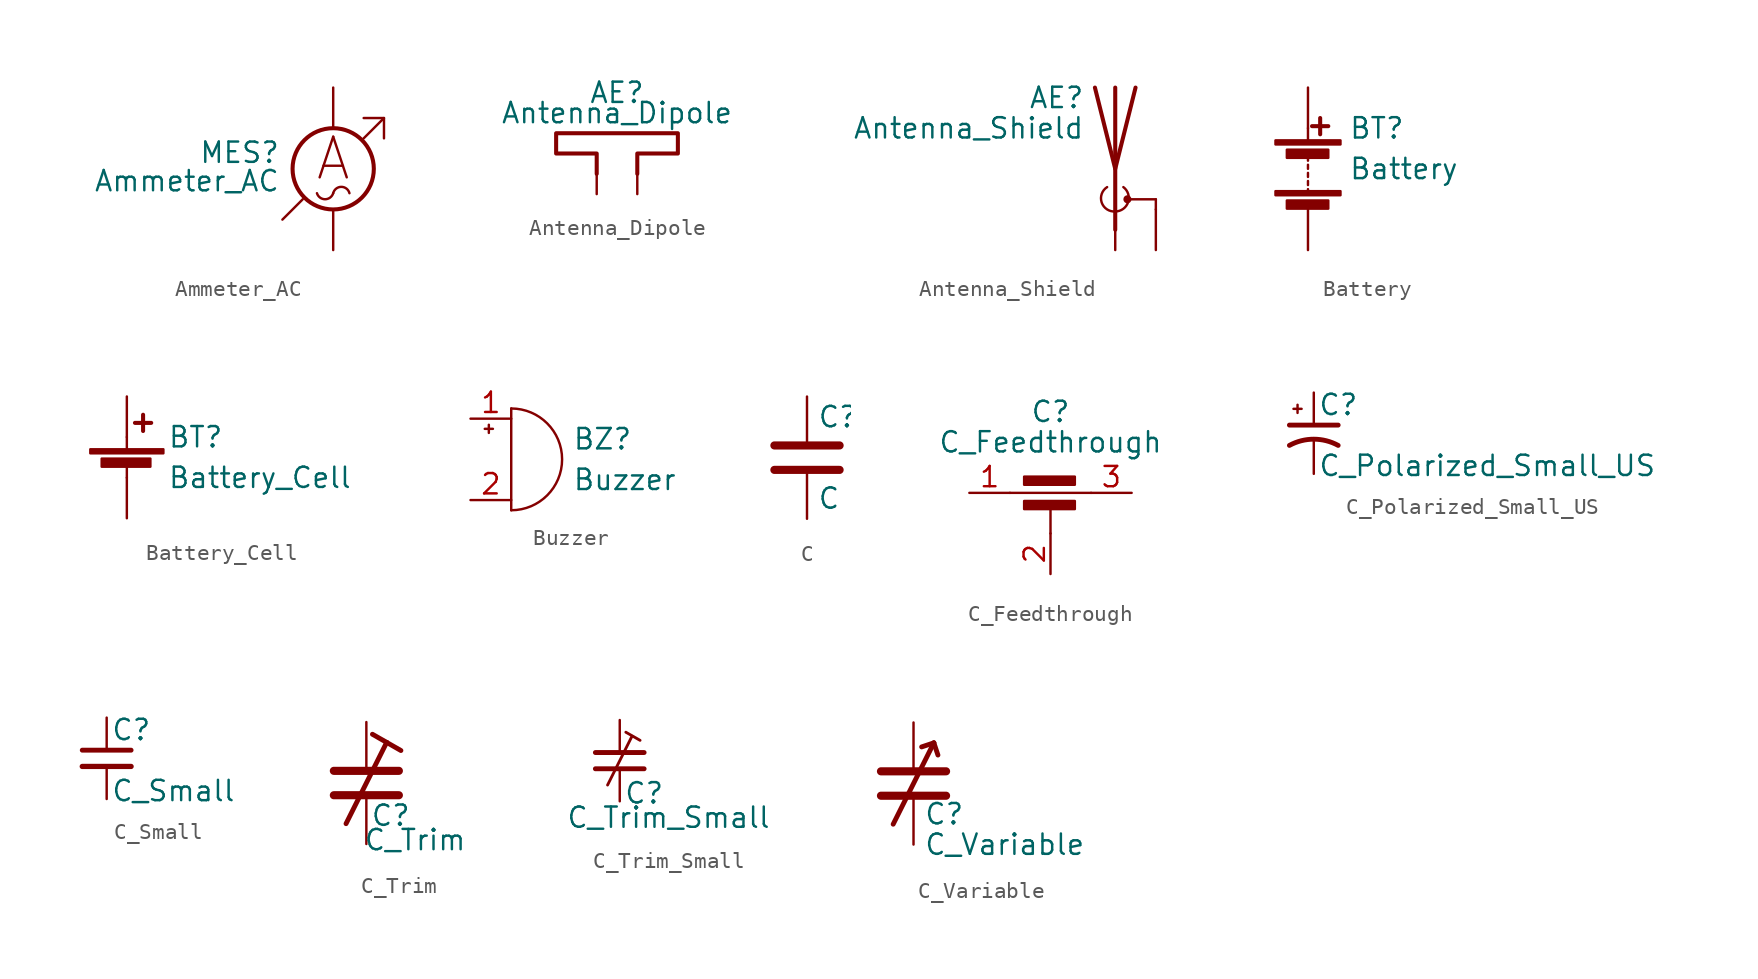
<source format=kicad_sym>
(kicad_symbol_lib
  (version 20211014)
  (generator kicad_symbol_editor)
  (symbol "Ammeter_AC"
    (pin_numbers hide)
    (pin_names
      (offset 0.025) hide)
    (property "Reference" "MES"
      (at -3.302 1.016 0)
      (effects (font (size 1.27 1.27)) (justify right)))
    (property "Value" "Ammeter_AC"
      (at -3.302 -0.762 0)
      (effects (font (size 1.27 1.27)) (justify right)))
    (symbol "Ammeter_AC_0_0"
      (polyline (pts (xy -3.175 -3.175) (xy -1.905 -1.905)) (stroke (width 0) (type default) (color 0 0 0 0)) (fill (type none)))
      (polyline (pts (xy 1.905 1.905) (xy 3.175 3.175)) (stroke (width 0) (type default) (color 0 0 0 0)) (fill (type none)))
      (polyline (pts (xy 1.905 3.175) (xy 3.175 3.175) (xy 3.175 1.905)) (stroke (width 0) (type default) (color 0 0 0 0)) (fill (type none)))
      (text "A" (at 0 0.635 0) (effects (font (size 2.54 2.54)))))
    (symbol "Ammeter_AC_0_1"
      (arc (start -1.016 -1.524) (mid -0.508 -1.902) (end 0 -1.524) (stroke (width 0) (type default) (color 0 0 0 0)) (fill (type none)))
      (circle (center 0 0) (radius 2.54) (stroke (width 0.254) (type default) (color 0 0 0 0)) (fill (type none)))
      (arc (start 1.016 -1.524) (mid 0.508 -1.1274) (end 0 -1.524) (stroke (width 0) (type default) (color 0 0 0 0)) (fill (type none))))
    (symbol "Ammeter_AC_1_1"
      (pin passive line (at 0 -5.08 90) (length 2.54) (name "~" (effects (font (size 1.27 1.27)))) (number "1" (effects (font (size 1.27 1.27)))))
      (pin passive line (at 0 5.08 270) (length 2.54) (name "~" (effects (font (size 1.27 1.27)))) (number "2" (effects (font (size 1.27 1.27)))))))
  (symbol "Antenna_Dipole"
    (pin_numbers hide)
    (pin_names
      (offset 1.016) hide)
    (property "Reference" "AE"
      (at 1.27 1.27 0)
      (effects (font (size 1.27 1.27))))
    (property "Value" "Antenna_Dipole"
      (at 1.27 0 0)
      (effects (font (size 1.27 1.27))))
    (symbol "Antenna_Dipole_0_1"
      (polyline (pts (xy 2.54 -3.81) (xy 2.54 -2.54) (xy 5.08 -2.54) (xy 5.08 -1.27) (xy -2.54 -1.27) (xy -2.54 -2.54) (xy 0 -2.54) (xy 0 -3.81)) (stroke (width 0.254) (type default) (color 0 0 0 0)) (fill (type none))))
    (symbol "Antenna_Dipole_1_1"
      (pin input line (at 0 -5.08 90) (length 2.54) (name "~" (effects (font (size 1.27 1.27)))) (number "1" (effects (font (size 1.27 1.27)))))
      (pin input line (at 2.54 -5.08 90) (length 2.54) (name "~" (effects (font (size 1.27 1.27)))) (number "2" (effects (font (size 1.27 1.27)))))))
  (symbol "Antenna_Shield"
    (pin_numbers hide)
    (pin_names
      (offset 1.016) hide)
    (property "Reference" "AE"
      (at -1.905 4.445 0)
      (effects (font (size 1.27 1.27)) (justify right)))
    (property "Value" "Antenna_Shield"
      (at -1.905 2.54 0)
      (effects (font (size 1.27 1.27)) (justify right)))
    (symbol "Antenna_Shield_0_1"
      (arc (start -0.508 -1.143) (mid -0.8485 -2.1032) (end 0 -2.667) (stroke (width 0) (type default) (color 0 0 0 0)) (fill (type none)))
      (arc (start 0 -2.667) (mid 0.8047 -2.0885) (end 0.508 -1.143) (stroke (width 0) (type default) (color 0 0 0 0)) (fill (type none)))
      (polyline (pts (xy 0 -2.54) (xy 0 0)) (stroke (width 0) (type default) (color 0 0 0 0)) (fill (type none)))
      (polyline (pts (xy 0 5.08) (xy 0 -3.81)) (stroke (width 0.254) (type default) (color 0 0 0 0)) (fill (type none)))
      (polyline (pts (xy 0.762 -1.905) (xy 2.54 -1.905)) (stroke (width 0) (type default) (color 0 0 0 0)) (fill (type none)))
      (polyline (pts (xy 2.54 -2.54) (xy 2.54 -1.905)) (stroke (width 0) (type default) (color 0 0 0 0)) (fill (type none)))
      (polyline (pts (xy 1.27 5.08) (xy 0 0) (xy -1.27 5.08)) (stroke (width 0.254) (type default) (color 0 0 0 0)) (fill (type none)))
      (circle (center 0.762 -1.905) (radius 0.178) (stroke (width 0) (type default) (color 0 0 0 0)) (fill (type outline))))
    (symbol "Antenna_Shield_1_1"
      (pin input line (at 0 -5.08 90) (length 2.54) (name "A" (effects (font (size 1.27 1.27)))) (number "1" (effects (font (size 1.27 1.27)))))
      (pin input line (at 2.54 -5.08 90) (length 2.54) (name "Shield" (effects (font (size 1.27 1.27)))) (number "2" (effects (font (size 1.27 1.27)))))))
  (symbol "Battery"
    (pin_numbers hide)
    (pin_names
      (offset 0) hide)
    (property "Reference" "BT"
      (at 2.54 2.54 0)
      (effects (font (size 1.27 1.27)) (justify left)))
    (property "Value" "Battery"
      (at 2.54 0 0)
      (effects (font (size 1.27 1.27)) (justify left)))
    (symbol "Battery_0_1"
      (rectangle (start -2.032 -1.397) (end 2.032 -1.651) (stroke (width 0) (type default) (color 0 0 0 0)) (fill (type outline)))
      (rectangle (start -2.032 1.778) (end 2.032 1.524) (stroke (width 0) (type default) (color 0 0 0 0)) (fill (type outline)))
      (rectangle (start -1.321 -1.981) (end 1.27 -2.489) (stroke (width 0) (type default) (color 0 0 0 0)) (fill (type outline)))
      (rectangle (start -1.321 1.194) (end 1.27 0.686) (stroke (width 0) (type default) (color 0 0 0 0)) (fill (type outline)))
      (polyline (pts (xy 0 -1.524) (xy 0 -1.27)) (stroke (width 0) (type default) (color 0 0 0 0)) (fill (type none)))
      (polyline (pts (xy 0 -1.016) (xy 0 -0.762)) (stroke (width 0) (type default) (color 0 0 0 0)) (fill (type none)))
      (polyline (pts (xy 0 -0.508) (xy 0 -0.254)) (stroke (width 0) (type default) (color 0 0 0 0)) (fill (type none)))
      (polyline (pts (xy 0 0) (xy 0 0.254)) (stroke (width 0) (type default) (color 0 0 0 0)) (fill (type none)))
      (polyline (pts (xy 0 0.508) (xy 0 0.762)) (stroke (width 0) (type default) (color 0 0 0 0)) (fill (type none)))
      (polyline (pts (xy 0 1.778) (xy 0 2.54)) (stroke (width 0) (type default) (color 0 0 0 0)) (fill (type none)))
      (polyline (pts (xy 0.254 2.667) (xy 1.27 2.667)) (stroke (width 0.254) (type default) (color 0 0 0 0)) (fill (type none)))
      (polyline (pts (xy 0.762 3.175) (xy 0.762 2.159)) (stroke (width 0.254) (type default) (color 0 0 0 0)) (fill (type none))))
    (symbol "Battery_1_1"
      (pin passive line (at 0 5.08 270) (length 2.54) (name "+" (effects (font (size 1.27 1.27)))) (number "1" (effects (font (size 1.27 1.27)))))
      (pin passive line (at 0 -5.08 90) (length 2.54) (name "-" (effects (font (size 1.27 1.27)))) (number "2" (effects (font (size 1.27 1.27)))))))
  (symbol "Battery_Cell"
    (pin_numbers hide)
    (pin_names
      (offset 0) hide)
    (property "Reference" "BT"
      (at 2.54 2.54 0)
      (effects (font (size 1.27 1.27)) (justify left)))
    (property "Value" "Battery_Cell"
      (at 2.54 0 0)
      (effects (font (size 1.27 1.27)) (justify left)))
    (symbol "Battery_Cell_0_1"
      (rectangle (start -2.286 1.778) (end 2.286 1.524) (stroke (width 0) (type default) (color 0 0 0 0)) (fill (type outline)))
      (rectangle (start -1.575 1.194) (end 1.473 0.686) (stroke (width 0) (type default) (color 0 0 0 0)) (fill (type outline)))
      (polyline (pts (xy 0 0.762) (xy 0 0)) (stroke (width 0) (type default) (color 0 0 0 0)) (fill (type none)))
      (polyline (pts (xy 0 1.778) (xy 0 2.54)) (stroke (width 0) (type default) (color 0 0 0 0)) (fill (type none)))
      (polyline (pts (xy 0.508 3.429) (xy 1.524 3.429)) (stroke (width 0.254) (type default) (color 0 0 0 0)) (fill (type none)))
      (polyline (pts (xy 1.016 3.937) (xy 1.016 2.921)) (stroke (width 0.254) (type default) (color 0 0 0 0)) (fill (type none))))
    (symbol "Battery_Cell_1_1"
      (pin passive line (at 0 5.08 270) (length 2.54) (name "+" (effects (font (size 1.27 1.27)))) (number "1" (effects (font (size 1.27 1.27)))))
      (pin passive line (at 0 -2.54 90) (length 2.54) (name "-" (effects (font (size 1.27 1.27)))) (number "2" (effects (font (size 1.27 1.27)))))))
  (symbol "Buzzer"
    (pin_names
      (offset 0.025) hide)
    (property "Reference" "BZ"
      (at 3.81 1.27 0)
      (effects (font (size 1.27 1.27)) (justify left)))
    (property "Value" "Buzzer"
      (at 3.81 -1.27 0)
      (effects (font (size 1.27 1.27)) (justify left)))
    (symbol "Buzzer_0_1"
      (arc (start 0 -3.175) (mid 3.175 0) (end 0 3.175) (stroke (width 0) (type default) (color 0 0 0 0)) (fill (type none)))
      (polyline (pts (xy -1.651 1.905) (xy -1.143 1.905)) (stroke (width 0) (type default) (color 0 0 0 0)) (fill (type none)))
      (polyline (pts (xy -1.397 2.159) (xy -1.397 1.651)) (stroke (width 0) (type default) (color 0 0 0 0)) (fill (type none)))
      (polyline (pts (xy 0 3.175) (xy 0 -3.175)) (stroke (width 0) (type default) (color 0 0 0 0)) (fill (type none))))
    (symbol "Buzzer_1_1"
      (pin passive line (at -2.54 2.54 0) (length 2.54) (name "-" (effects (font (size 1.27 1.27)))) (number "1" (effects (font (size 1.27 1.27)))))
      (pin passive line (at -2.54 -2.54 0) (length 2.54) (name "+" (effects (font (size 1.27 1.27)))) (number "2" (effects (font (size 1.27 1.27)))))))
  (symbol "C"
    (pin_numbers hide)
    (pin_names
      (offset 0.254))
    (property "Reference" "C"
      (at 0.635 2.54 0)
      (effects (font (size 1.27 1.27)) (justify left)))
    (property "Value" "C"
      (at 0.635 -2.54 0)
      (effects (font (size 1.27 1.27)) (justify left)))
    (symbol "C_0_1"
      (polyline (pts (xy -2.032 -0.762) (xy 2.032 -0.762)) (stroke (width 0.508) (type default) (color 0 0 0 0)) (fill (type none)))
      (polyline (pts (xy -2.032 0.762) (xy 2.032 0.762)) (stroke (width 0.508) (type default) (color 0 0 0 0)) (fill (type none))))
    (symbol "C_1_1"
      (pin passive line (at 0 3.81 270) (length 2.794) (name "~" (effects (font (size 1.27 1.27)))) (number "1" (effects (font (size 1.27 1.27)))))
      (pin passive line (at 0 -3.81 90) (length 2.794) (name "~" (effects (font (size 1.27 1.27)))) (number "2" (effects (font (size 1.27 1.27)))))))
  (symbol "C_Feedthrough"
    (pin_names
      (offset 0.254) hide)
    (property "Reference" "C"
      (at 0 7.62 0)
      (effects (font (size 1.27 1.27))))
    (property "Value" "C_Feedthrough"
      (at 0 5.715 0)
      (effects (font (size 1.27 1.27))))
    (symbol "C_Feedthrough_0_1"
      (rectangle (start -1.651 1.524) (end 1.524 2.032) (stroke (width 0) (type default) (color 0 0 0 0)) (fill (type outline)))
      (polyline (pts (xy -2.54 2.54) (xy 2.54 2.54)) (stroke (width 0) (type default) (color 0 0 0 0)) (fill (type none)))
      (polyline (pts (xy 0 0) (xy 0 1.778)) (stroke (width 0) (type default) (color 0 0 0 0)) (fill (type none)))
      (rectangle (start 1.524 3.048) (end -1.651 3.556) (stroke (width 0) (type default) (color 0 0 0 0)) (fill (type outline))))
    (symbol "C_Feedthrough_1_1"
      (pin passive line (at -5.08 2.54 0) (length 2.54) (name "1" (effects (font (size 1.27 1.27)))) (number "1" (effects (font (size 1.27 1.27)))))
      (pin passive line (at 0 -2.54 90) (length 2.54) (name "2" (effects (font (size 1.27 1.27)))) (number "2" (effects (font (size 1.27 1.27)))))
      (pin passive line (at 5.08 2.54 180) (length 2.54) (name "3" (effects (font (size 1.27 1.27)))) (number "3" (effects (font (size 1.27 1.27)))))))
  (symbol "C_Polarized_Small_US"
    (pin_numbers hide)
    (pin_names
      (offset 0.254) hide)
    (property "Reference" "C"
      (at 0.254 1.778 0)
      (effects (font (size 1.27 1.27)) (justify left)))
    (property "Value" "C_Polarized_Small_US"
      (at 0.254 -2.032 0)
      (effects (font (size 1.27 1.27)) (justify left)))
    (symbol "C_Polarized_Small_US_0_1"
      (polyline (pts (xy -1.524 0.508) (xy 1.524 0.508)) (stroke (width 0.305) (type default) (color 0 0 0 0)) (fill (type none)))
      (polyline (pts (xy -1.27 1.524) (xy -0.762 1.524)) (stroke (width 0) (type default) (color 0 0 0 0)) (fill (type none)))
      (polyline (pts (xy -1.016 1.27) (xy -1.016 1.778)) (stroke (width 0) (type default) (color 0 0 0 0)) (fill (type none)))
      (arc (start 1.524 -0.762) (mid 0 -0.3734) (end -1.524 -0.762) (stroke (width 0.3048) (type default) (color 0 0 0 0)) (fill (type none))))
    (symbol "C_Polarized_Small_US_1_1"
      (pin passive line (at 0 2.54 270) (length 2.032) (name "~" (effects (font (size 1.27 1.27)))) (number "1" (effects (font (size 1.27 1.27)))))
      (pin passive line (at 0 -2.54 90) (length 2.032) (name "~" (effects (font (size 1.27 1.27)))) (number "2" (effects (font (size 1.27 1.27)))))))
  (symbol "C_Small"
    (pin_numbers hide)
    (pin_names
      (offset 0.254) hide)
    (property "Reference" "C"
      (at 0.254 1.778 0)
      (effects (font (size 1.27 1.27)) (justify left)))
    (property "Value" "C_Small"
      (at 0.254 -2.032 0)
      (effects (font (size 1.27 1.27)) (justify left)))
    (symbol "C_Small_0_1"
      (polyline (pts (xy -1.524 -0.508) (xy 1.524 -0.508)) (stroke (width 0.33) (type default) (color 0 0 0 0)) (fill (type none)))
      (polyline (pts (xy -1.524 0.508) (xy 1.524 0.508)) (stroke (width 0.305) (type default) (color 0 0 0 0)) (fill (type none))))
    (symbol "C_Small_1_1"
      (pin passive line (at 0 2.54 270) (length 2.032) (name "~" (effects (font (size 1.27 1.27)))) (number "1" (effects (font (size 1.27 1.27)))))
      (pin passive line (at 0 -2.54 90) (length 2.032) (name "~" (effects (font (size 1.27 1.27)))) (number "2" (effects (font (size 1.27 1.27)))))))
  (symbol "C_Trim"
    (pin_numbers hide)
    (pin_names
      (offset 0.254) hide)
    (property "Reference" "C"
      (at 1.524 -2.032 0)
      (effects (font (size 1.27 1.27))))
    (property "Value" "C_Trim"
      (at 3.048 -3.556 0)
      (effects (font (size 1.27 1.27))))
    (symbol "C_Trim_0_1"
      (polyline (pts (xy -2.032 -0.762) (xy 2.032 -0.762)) (stroke (width 0.508) (type default) (color 0 0 0 0)) (fill (type none)))
      (polyline (pts (xy -2.032 0.762) (xy 2.032 0.762)) (stroke (width 0.508) (type default) (color 0 0 0 0)) (fill (type none)))
      (polyline (pts (xy 1.27 2.54) (xy -1.27 -2.54)) (stroke (width 0.305) (type default) (color 0 0 0 0)) (fill (type none)))
      (polyline (pts (xy 1.27 2.54) (xy 0.381 3.048)) (stroke (width 0.305) (type default) (color 0 0 0 0)) (fill (type none)))
      (polyline (pts (xy 1.27 2.54) (xy 2.159 2.032)) (stroke (width 0.305) (type default) (color 0 0 0 0)) (fill (type none))))
    (symbol "C_Trim_1_1"
      (pin passive line (at 0 3.81 270) (length 3.048) (name "~" (effects (font (size 1.27 1.27)))) (number "1" (effects (font (size 1.27 1.27)))))
      (pin passive line (at 0 -3.81 90) (length 3.048) (name "~" (effects (font (size 1.27 1.27)))) (number "2" (effects (font (size 1.27 1.27)))))))
  (symbol "C_Trim_Small"
    (pin_numbers hide)
    (pin_names
      (offset 0.254) hide)
    (property "Reference" "C"
      (at 1.524 -2.032 0)
      (effects (font (size 1.27 1.27))))
    (property "Value" "C_Trim_Small"
      (at 3.048 -3.556 0)
      (effects (font (size 1.27 1.27))))
    (symbol "C_Trim_Small_0_1"
      (polyline (pts (xy -1.524 -0.508) (xy 1.524 -0.508)) (stroke (width 0.305) (type default) (color 0 0 0 0)) (fill (type none)))
      (polyline (pts (xy -1.524 0.508) (xy 1.524 0.508)) (stroke (width 0.305) (type default) (color 0 0 0 0)) (fill (type none)))
      (polyline (pts (xy 0.762 1.524) (xy -0.762 -1.524)) (stroke (width 0.178) (type default) (color 0 0 0 0)) (fill (type none)))
      (polyline (pts (xy 1.27 1.27) (xy 0.381 1.778)) (stroke (width 0.178) (type default) (color 0 0 0 0)) (fill (type none))))
    (symbol "C_Trim_Small_1_1"
      (pin passive line (at 0 2.54 270) (length 2.032) (name "~" (effects (font (size 1.27 1.27)))) (number "1" (effects (font (size 1.27 1.27)))))
      (pin passive line (at 0 -2.54 90) (length 2.032) (name "~" (effects (font (size 1.27 1.27)))) (number "2" (effects (font (size 1.27 1.27)))))))
  (symbol "C_Variable"
    (pin_numbers hide)
    (pin_names
      (offset 0.254) hide)
    (property "Reference" "C"
      (at 0.635 -1.905 0)
      (effects (font (size 1.27 1.27)) (justify left)))
    (property "Value" "C_Variable"
      (at 0.635 -3.81 0)
      (effects (font (size 1.27 1.27)) (justify left)))
    (symbol "C_Variable_0_1"
      (polyline (pts (xy -2.032 -0.762) (xy 2.032 -0.762)) (stroke (width 0.508) (type default) (color 0 0 0 0)) (fill (type none)))
      (polyline (pts (xy -2.032 0.762) (xy 2.032 0.762)) (stroke (width 0.508) (type default) (color 0 0 0 0)) (fill (type none)))
      (polyline (pts (xy 1.27 2.54) (xy -1.27 -2.54)) (stroke (width 0.305) (type default) (color 0 0 0 0)) (fill (type none)))
      (polyline (pts (xy 1.27 2.54) (xy 0.508 2.286)) (stroke (width 0.305) (type default) (color 0 0 0 0)) (fill (type none)))
      (polyline (pts (xy 1.27 2.54) (xy 1.524 1.778)) (stroke (width 0.305) (type default) (color 0 0 0 0)) (fill (type none))))
    (symbol "C_Variable_1_1"
      (pin passive line (at 0 3.81 270) (length 3.048) (name "~" (effects (font (size 1.27 1.27)))) (number "1" (effects (font (size 1.27 1.27)))))
      (pin passive line (at 0 -3.81 90) (length 3.048) (name "~" (effects (font (size 1.27 1.27)))) (number "2" (effects (font (size 1.27 1.27))))))))
</source>
